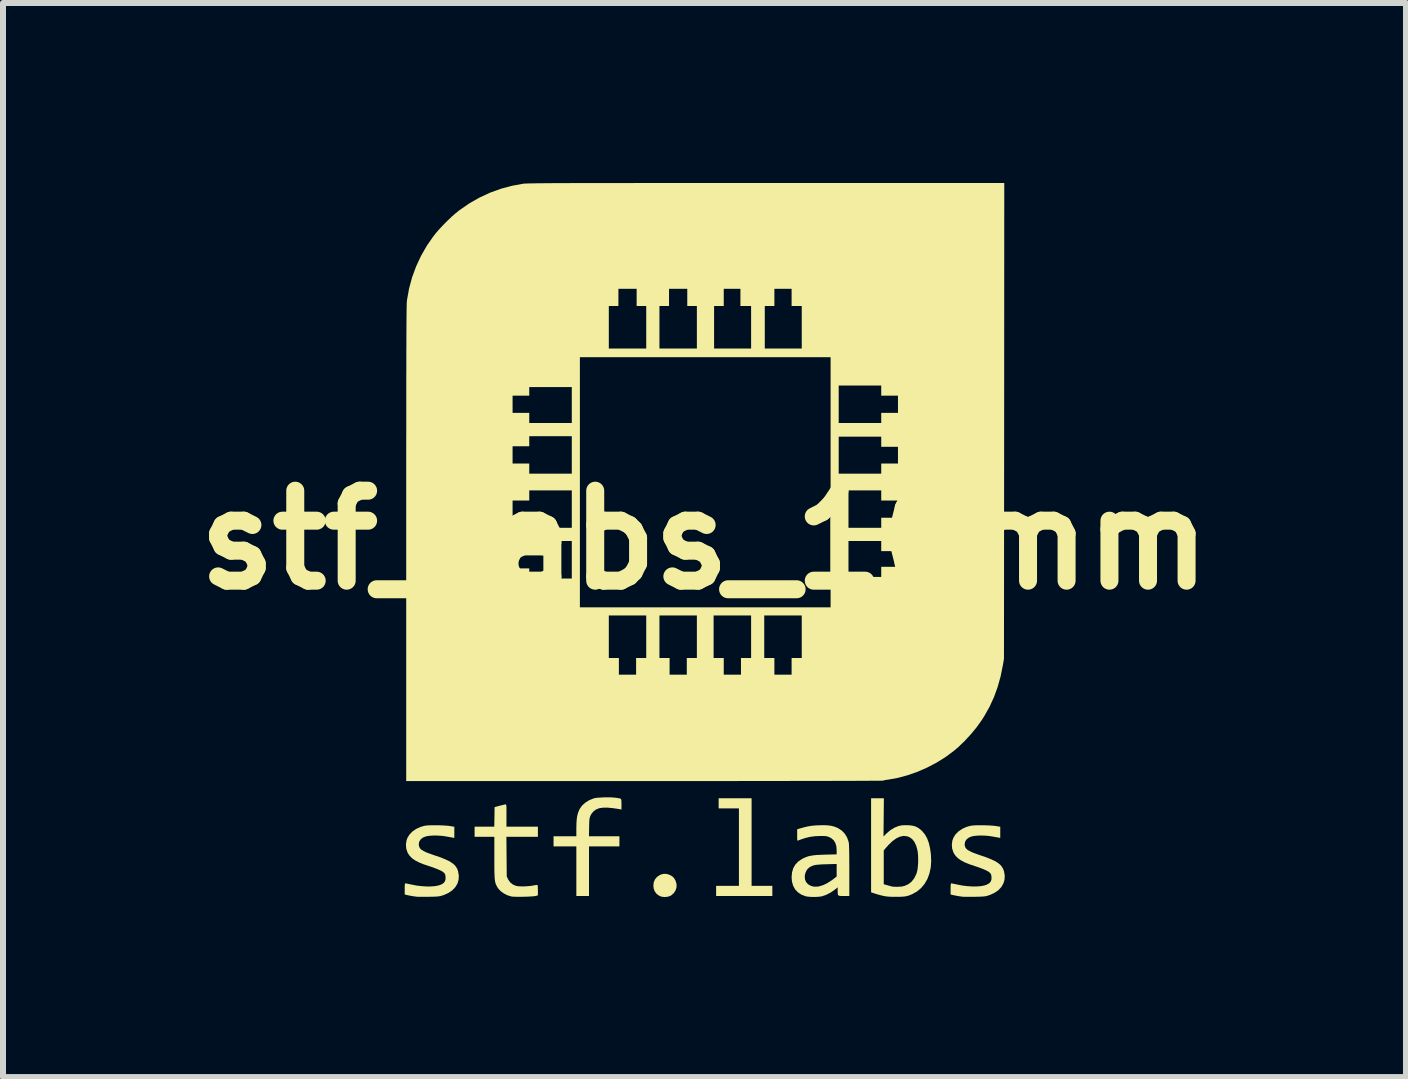
<source format=kicad_pcb>
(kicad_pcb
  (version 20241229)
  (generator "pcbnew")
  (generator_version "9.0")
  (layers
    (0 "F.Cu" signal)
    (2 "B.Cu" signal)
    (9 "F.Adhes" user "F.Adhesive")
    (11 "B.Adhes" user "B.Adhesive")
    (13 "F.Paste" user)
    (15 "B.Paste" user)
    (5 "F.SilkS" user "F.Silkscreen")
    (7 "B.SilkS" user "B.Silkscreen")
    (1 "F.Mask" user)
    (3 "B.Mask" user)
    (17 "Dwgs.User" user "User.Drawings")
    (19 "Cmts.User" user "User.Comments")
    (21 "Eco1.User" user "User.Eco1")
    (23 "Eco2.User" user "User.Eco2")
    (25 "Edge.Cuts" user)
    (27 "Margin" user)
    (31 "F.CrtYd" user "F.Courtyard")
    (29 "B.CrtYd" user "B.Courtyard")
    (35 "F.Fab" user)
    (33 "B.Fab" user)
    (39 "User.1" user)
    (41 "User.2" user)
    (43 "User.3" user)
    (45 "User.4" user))
  (footprint "stf_labs_10mm"
    (layer "F.Cu")
    (at 8.693 5.951)
    (property "Reference" "stf_labs_10mm" (at 0 0 0) (layer "F.SilkS") (effects (font (size 1.5 1.5) (thickness 0.3))))
    (attr board_only exclude_from_pos_files exclude_from_bom)
    (fp_poly (pts (xy 0.785 5.035) (xy 0.785 5.765) (xy 0.958 5.765) (xy 1.131 5.765) (xy 1.131 5.85) (xy 1.131 5.934) (xy 0.663 5.934) (xy 0.194 5.934) (xy 0.194 5.85) (xy 0.194 5.765) (xy 0.384 5.765) (xy 0.574 5.765) (xy 0.574 5.12) (xy 0.574 4.474) (xy 0.405 4.474) (xy 0.236 4.474) (xy 0.236 4.389) (xy 0.236 4.305) (xy 0.511 4.305) (xy 0.785 4.305)) (stroke (width 0) (type solid)) (fill yes) (layer "F.SilkS"))
    (fp_poly (pts (xy -0.631 5.566) (xy -0.578 5.583) (xy -0.538 5.606) (xy -0.508 5.635) (xy -0.485 5.674) (xy -0.482 5.681) (xy -0.466 5.734) (xy -0.466 5.788) (xy -0.481 5.838) (xy -0.509 5.883) (xy -0.55 5.92) (xy -0.573 5.934) (xy -0.615 5.947) (xy -0.665 5.952) (xy -0.714 5.946) (xy -0.749 5.933) (xy -0.795 5.902) (xy -0.828 5.86) (xy -0.847 5.809) (xy -0.852 5.759) (xy -0.845 5.703) (xy -0.824 5.655) (xy -0.788 5.613) (xy -0.786 5.612) (xy -0.738 5.581) (xy -0.685 5.565)) (stroke (width 0) (type solid)) (fill yes) (layer "F.SilkS"))
    (fp_poly (pts (xy -1.562 4.29) (xy -1.514 4.293) (xy -1.484 4.296) (xy -1.442 4.302) (xy -1.414 4.307) (xy -1.396 4.315) (xy -1.388 4.327) (xy -1.385 4.348) (xy -1.384 4.38) (xy -1.384 4.404) (xy -1.384 4.493) (xy -1.408 4.488) (xy -1.425 4.485) (xy -1.455 4.48) (xy -1.493 4.475) (xy -1.532 4.469) (xy -1.62 4.461) (xy -1.695 4.462) (xy -1.758 4.472) (xy -1.809 4.493) (xy -1.851 4.524) (xy -1.885 4.566) (xy -1.901 4.596) (xy -1.908 4.613) (xy -1.913 4.63) (xy -1.917 4.651) (xy -1.92 4.678) (xy -1.921 4.714) (xy -1.923 4.763) (xy -1.923 4.788) (xy -1.926 4.938) (xy -1.672 4.938) (xy -1.418 4.938) (xy -1.418 5.023) (xy -1.418 5.107) (xy -1.671 5.107) (xy -1.925 5.107) (xy -1.925 5.521) (xy -1.925 5.934) (xy -2.03 5.934) (xy -2.136 5.934) (xy -2.136 5.521) (xy -2.136 5.107) (xy -2.326 5.107) (xy -2.516 5.107) (xy -2.516 5.023) (xy -2.516 4.938) (xy -2.326 4.938) (xy -2.136 4.938) (xy -2.136 4.796) (xy -2.134 4.715) (xy -2.129 4.648) (xy -2.12 4.591) (xy -2.106 4.542) (xy -2.087 4.497) (xy -2.08 4.482) (xy -2.041 4.427) (xy -1.988 4.379) (xy -1.923 4.338) (xy -1.849 4.308) (xy -1.821 4.301) (xy -1.78 4.296) (xy -1.729 4.293) (xy -1.674 4.29) (xy -1.617 4.289)) (stroke (width 0) (type solid)) (fill yes) (layer "F.SilkS"))
    (fp_poly (pts (xy -3.311 4.408) (xy -3.307 4.412) (xy -3.304 4.423) (xy -3.302 4.441) (xy -3.301 4.468) (xy -3.301 4.508) (xy -3.301 4.561) (xy -3.301 4.592) (xy -3.301 4.778) (xy -3.039 4.778) (xy -2.777 4.778) (xy -2.777 4.862) (xy -2.777 4.947) (xy -3.039 4.947) (xy -3.302 4.947) (xy -3.299 5.278) (xy -3.296 5.609) (xy -3.272 5.659) (xy -3.24 5.706) (xy -3.195 5.742) (xy -3.14 5.766) (xy -3.136 5.766) (xy -3.104 5.772) (xy -3.059 5.774) (xy -3.007 5.774) (xy -2.952 5.771) (xy -2.899 5.766) (xy -2.87 5.762) (xy -2.836 5.756) (xy -2.808 5.751) (xy -2.791 5.749) (xy -2.788 5.749) (xy -2.783 5.754) (xy -2.779 5.77) (xy -2.778 5.799) (xy -2.777 5.837) (xy -2.777 5.924) (xy -2.817 5.934) (xy -2.842 5.938) (xy -2.88 5.941) (xy -2.928 5.944) (xy -2.981 5.946) (xy -3.037 5.947) (xy -3.092 5.948) (xy -3.142 5.947) (xy -3.183 5.946) (xy -3.213 5.943) (xy -3.219 5.942) (xy -3.285 5.922) (xy -3.346 5.891) (xy -3.399 5.852) (xy -3.441 5.806) (xy -3.46 5.775) (xy -3.47 5.754) (xy -3.479 5.735) (xy -3.486 5.713) (xy -3.491 5.69) (xy -3.495 5.661) (xy -3.498 5.626) (xy -3.5 5.583) (xy -3.502 5.53) (xy -3.503 5.465) (xy -3.503 5.387) (xy -3.503 5.295) (xy -3.503 4.947) (xy -3.668 4.947) (xy -3.832 4.947) (xy -3.832 4.862) (xy -3.832 4.778) (xy -3.668 4.778) (xy -3.504 4.778) (xy -3.501 4.615) (xy -3.499 4.453) (xy -3.415 4.43) (xy -3.378 4.421) (xy -3.346 4.413) (xy -3.323 4.408) (xy -3.315 4.407)) (stroke (width 0) (type solid)) (fill yes) (layer "F.SilkS"))
    (fp_poly (pts (xy 2.987 4.624) (xy 2.984 4.942) (xy 3.039 4.887) (xy 3.099 4.836) (xy 3.167 4.795) (xy 3.237 4.767) (xy 3.264 4.761) (xy 3.295 4.756) (xy 3.336 4.754) (xy 3.381 4.754) (xy 3.397 4.754) (xy 3.463 4.761) (xy 3.517 4.775) (xy 3.565 4.8) (xy 3.612 4.837) (xy 3.629 4.853) (xy 3.674 4.908) (xy 3.711 4.973) (xy 3.739 5.049) (xy 3.76 5.139) (xy 3.774 5.238) (xy 3.779 5.354) (xy 3.771 5.461) (xy 3.749 5.56) (xy 3.716 5.65) (xy 3.67 5.73) (xy 3.613 5.799) (xy 3.545 5.857) (xy 3.466 5.902) (xy 3.415 5.923) (xy 3.387 5.932) (xy 3.362 5.938) (xy 3.337 5.942) (xy 3.306 5.945) (xy 3.267 5.947) (xy 3.214 5.948) (xy 3.212 5.948) (xy 3.126 5.948) (xy 3.056 5.944) (xy 3.009 5.938) (xy 2.97 5.93) (xy 2.922 5.918) (xy 2.875 5.905) (xy 2.86 5.9) (xy 2.777 5.873) (xy 2.777 5.738) (xy 2.988 5.738) (xy 3.049 5.755) (xy 3.088 5.766) (xy 3.116 5.774) (xy 3.139 5.778) (xy 3.162 5.78) (xy 3.191 5.781) (xy 3.213 5.781) (xy 3.285 5.777) (xy 3.334 5.766) (xy 3.397 5.738) (xy 3.451 5.696) (xy 3.495 5.64) (xy 3.529 5.572) (xy 3.538 5.547) (xy 3.549 5.503) (xy 3.556 5.447) (xy 3.561 5.384) (xy 3.562 5.319) (xy 3.56 5.255) (xy 3.554 5.198) (xy 3.55 5.173) (xy 3.529 5.096) (xy 3.5 5.034) (xy 3.463 4.987) (xy 3.418 4.954) (xy 3.373 4.938) (xy 3.316 4.933) (xy 3.258 4.945) (xy 3.198 4.973) (xy 3.135 5.018) (xy 3.071 5.079) (xy 3.029 5.126) (xy 2.988 5.175) (xy 2.988 5.457) (xy 2.988 5.738) (xy 2.777 5.738) (xy 2.777 5.089) (xy 2.777 4.305) (xy 2.883 4.305) (xy 2.99 4.305)) (stroke (width 0) (type solid)) (fill yes) (layer "F.SilkS"))
    (fp_poly (pts (xy -4.404 4.756) (xy -4.342 4.759) (xy -4.286 4.763) (xy -4.239 4.768) (xy -4.231 4.77) (xy -4.17 4.78) (xy -4.17 4.873) (xy -4.17 4.966) (xy -4.197 4.961) (xy -4.218 4.957) (xy -4.25 4.952) (xy -4.287 4.945) (xy -4.305 4.942) (xy -4.364 4.933) (xy -4.427 4.928) (xy -4.492 4.926) (xy -4.552 4.928) (xy -4.604 4.933) (xy -4.644 4.941) (xy -4.645 4.941) (xy -4.696 4.962) (xy -4.732 4.992) (xy -4.755 5.028) (xy -4.763 5.07) (xy -4.76 5.097) (xy -4.752 5.121) (xy -4.739 5.143) (xy -4.717 5.163) (xy -4.687 5.182) (xy -4.646 5.203) (xy -4.592 5.224) (xy -4.524 5.248) (xy -4.49 5.26) (xy -4.398 5.291) (xy -4.322 5.322) (xy -4.26 5.351) (xy -4.21 5.382) (xy -4.171 5.413) (xy -4.142 5.447) (xy -4.12 5.485) (xy -4.107 5.524) (xy -4.095 5.596) (xy -4.099 5.665) (xy -4.118 5.728) (xy -4.153 5.786) (xy -4.201 5.837) (xy -4.263 5.88) (xy -4.338 5.915) (xy -4.386 5.931) (xy -4.409 5.937) (xy -4.439 5.941) (xy -4.476 5.944) (xy -4.525 5.946) (xy -4.587 5.947) (xy -4.605 5.947) (xy -4.658 5.948) (xy -4.707 5.948) (xy -4.749 5.948) (xy -4.78 5.947) (xy -4.798 5.946) (xy -4.799 5.946) (xy -4.848 5.939) (xy -4.896 5.931) (xy -4.937 5.923) (xy -4.966 5.917) (xy -4.997 5.908) (xy -4.997 5.816) (xy -4.997 5.772) (xy -4.995 5.744) (xy -4.992 5.728) (xy -4.987 5.723) (xy -4.975 5.725) (xy -4.95 5.73) (xy -4.916 5.737) (xy -4.882 5.744) (xy -4.801 5.76) (xy -4.718 5.77) (xy -4.638 5.775) (xy -4.561 5.775) (xy -4.493 5.77) (xy -4.435 5.759) (xy -4.393 5.745) (xy -4.353 5.722) (xy -4.329 5.694) (xy -4.317 5.659) (xy -4.316 5.62) (xy -4.32 5.586) (xy -4.329 5.563) (xy -4.339 5.55) (xy -4.366 5.528) (xy -4.408 5.505) (xy -4.465 5.481) (xy -4.533 5.455) (xy -4.592 5.436) (xy -4.684 5.405) (xy -4.76 5.374) (xy -4.823 5.341) (xy -4.873 5.306) (xy -4.912 5.267) (xy -4.942 5.224) (xy -4.952 5.204) (xy -4.972 5.142) (xy -4.977 5.076) (xy -4.967 5.01) (xy -4.952 4.966) (xy -4.916 4.908) (xy -4.867 4.858) (xy -4.806 4.816) (xy -4.734 4.783) (xy -4.666 4.764) (xy -4.632 4.759) (xy -4.585 4.756) (xy -4.529 4.755) (xy -4.467 4.755)) (stroke (width 0) (type solid)) (fill yes) (layer "F.SilkS"))
    (fp_poly (pts (xy 4.696 4.756) (xy 4.758 4.759) (xy 4.814 4.763) (xy 4.861 4.768) (xy 4.869 4.77) (xy 4.93 4.78) (xy 4.93 4.873) (xy 4.93 4.966) (xy 4.902 4.961) (xy 4.882 4.957) (xy 4.85 4.952) (xy 4.813 4.945) (xy 4.795 4.942) (xy 4.736 4.933) (xy 4.672 4.928) (xy 4.608 4.926) (xy 4.548 4.928) (xy 4.496 4.933) (xy 4.456 4.941) (xy 4.454 4.941) (xy 4.404 4.962) (xy 4.367 4.992) (xy 4.344 5.028) (xy 4.337 5.07) (xy 4.339 5.097) (xy 4.347 5.121) (xy 4.361 5.143) (xy 4.382 5.163) (xy 4.413 5.182) (xy 4.454 5.203) (xy 4.508 5.224) (xy 4.575 5.248) (xy 4.61 5.26) (xy 4.701 5.291) (xy 4.777 5.322) (xy 4.84 5.351) (xy 4.89 5.382) (xy 4.929 5.413) (xy 4.958 5.447) (xy 4.979 5.485) (xy 4.993 5.524) (xy 5.005 5.596) (xy 5.001 5.665) (xy 4.981 5.728) (xy 4.947 5.786) (xy 4.899 5.837) (xy 4.837 5.88) (xy 4.762 5.915) (xy 4.714 5.931) (xy 4.69 5.937) (xy 4.661 5.941) (xy 4.623 5.944) (xy 4.575 5.946) (xy 4.513 5.947) (xy 4.495 5.947) (xy 4.442 5.948) (xy 4.393 5.948) (xy 4.351 5.948) (xy 4.32 5.947) (xy 4.302 5.946) (xy 4.301 5.946) (xy 4.251 5.939) (xy 4.204 5.931) (xy 4.163 5.923) (xy 4.134 5.917) (xy 4.102 5.908) (xy 4.102 5.816) (xy 4.103 5.772) (xy 4.105 5.744) (xy 4.108 5.728) (xy 4.113 5.723) (xy 4.125 5.725) (xy 4.15 5.73) (xy 4.184 5.737) (xy 4.218 5.744) (xy 4.299 5.76) (xy 4.381 5.77) (xy 4.462 5.775) (xy 4.538 5.775) (xy 4.607 5.77) (xy 4.665 5.759) (xy 4.706 5.745) (xy 4.746 5.722) (xy 4.771 5.694) (xy 4.783 5.659) (xy 4.784 5.62) (xy 4.78 5.586) (xy 4.771 5.563) (xy 4.76 5.55) (xy 4.734 5.528) (xy 4.691 5.505) (xy 4.635 5.481) (xy 4.566 5.455) (xy 4.508 5.436) (xy 4.416 5.405) (xy 4.339 5.374) (xy 4.277 5.341) (xy 4.227 5.306) (xy 4.187 5.267) (xy 4.158 5.224) (xy 4.148 5.204) (xy 4.128 5.142) (xy 4.123 5.076) (xy 4.132 5.01) (xy 4.148 4.966) (xy 4.183 4.908) (xy 4.233 4.858) (xy 4.294 4.816) (xy 4.366 4.783) (xy 4.434 4.764) (xy 4.468 4.759) (xy 4.515 4.756) (xy 4.571 4.755) (xy 4.632 4.755)) (stroke (width 0) (type solid)) (fill yes) (layer "F.SilkS"))
    (fp_poly (pts (xy 2.06 4.757) (xy 2.116 4.765) (xy 2.165 4.778) (xy 2.212 4.796) (xy 2.226 4.803) (xy 2.287 4.843) (xy 2.338 4.895) (xy 2.376 4.957) (xy 2.401 5.027) (xy 2.406 5.053) (xy 2.408 5.071) (xy 2.409 5.105) (xy 2.411 5.151) (xy 2.412 5.209) (xy 2.413 5.276) (xy 2.413 5.351) (xy 2.414 5.431) (xy 2.414 5.515) (xy 2.414 5.519) (xy 2.414 5.934) (xy 2.322 5.934) (xy 2.279 5.934) (xy 2.251 5.932) (xy 2.233 5.925) (xy 2.224 5.912) (xy 2.221 5.889) (xy 2.22 5.854) (xy 2.22 5.843) (xy 2.22 5.79) (xy 2.169 5.831) (xy 2.099 5.879) (xy 2.023 5.917) (xy 1.961 5.938) (xy 1.923 5.945) (xy 1.875 5.949) (xy 1.822 5.95) (xy 1.769 5.949) (xy 1.723 5.945) (xy 1.688 5.939) (xy 1.616 5.912) (xy 1.557 5.873) (xy 1.511 5.824) (xy 1.478 5.764) (xy 1.458 5.695) (xy 1.452 5.621) (xy 1.453 5.611) (xy 1.671 5.611) (xy 1.676 5.661) (xy 1.693 5.701) (xy 1.722 5.734) (xy 1.727 5.738) (xy 1.774 5.766) (xy 1.828 5.779) (xy 1.89 5.777) (xy 1.928 5.769) (xy 1.99 5.748) (xy 2.056 5.714) (xy 2.122 5.672) (xy 2.146 5.654) (xy 2.203 5.609) (xy 2.203 5.505) (xy 2.203 5.4) (xy 2.032 5.405) (xy 1.962 5.407) (xy 1.907 5.411) (xy 1.862 5.415) (xy 1.827 5.422) (xy 1.798 5.431) (xy 1.772 5.443) (xy 1.747 5.458) (xy 1.746 5.459) (xy 1.713 5.49) (xy 1.689 5.532) (xy 1.674 5.58) (xy 1.671 5.611) (xy 1.453 5.611) (xy 1.459 5.542) (xy 1.479 5.472) (xy 1.514 5.411) (xy 1.563 5.359) (xy 1.627 5.316) (xy 1.656 5.301) (xy 1.692 5.286) (xy 1.728 5.273) (xy 1.767 5.264) (xy 1.812 5.257) (xy 1.865 5.251) (xy 1.929 5.248) (xy 2.007 5.245) (xy 2.015 5.245) (xy 2.203 5.24) (xy 2.203 5.174) (xy 2.198 5.106) (xy 2.181 5.05) (xy 2.153 5.005) (xy 2.113 4.971) (xy 2.086 4.956) (xy 2.066 4.947) (xy 2.048 4.941) (xy 2.028 4.937) (xy 2.002 4.935) (xy 1.967 4.934) (xy 1.92 4.934) (xy 1.838 4.938) (xy 1.762 4.948) (xy 1.686 4.966) (xy 1.605 4.992) (xy 1.56 5.01) (xy 1.553 5.011) (xy 1.549 5.007) (xy 1.546 4.995) (xy 1.545 4.973) (xy 1.545 4.937) (xy 1.545 4.919) (xy 1.545 4.822) (xy 1.606 4.804) (xy 1.672 4.786) (xy 1.73 4.773) (xy 1.786 4.764) (xy 1.847 4.758) (xy 1.918 4.755) (xy 1.995 4.754)) (stroke (width 0) (type solid)) (fill yes) (layer "F.SilkS"))
    (fp_poly (pts (xy 4.995 -1.986) (xy 4.992 1.979) (xy 4.974 2.085) (xy 4.936 2.274) (xy 4.886 2.451) (xy 4.825 2.62) (xy 4.751 2.781) (xy 4.663 2.937) (xy 4.622 3.001) (xy 4.539 3.118) (xy 4.443 3.235) (xy 4.339 3.348) (xy 4.232 3.451) (xy 4.149 3.521) (xy 4.012 3.622) (xy 3.865 3.713) (xy 3.71 3.794) (xy 3.55 3.864) (xy 3.387 3.921) (xy 3.225 3.965) (xy 3.066 3.994) (xy 3.054 3.995) (xy 3.021 4) (xy 2.995 4.005) (xy 2.981 4.01) (xy 2.98 4.011) (xy 2.971 4.012) (xy 2.947 4.012) (xy 2.906 4.013) (xy 2.85 4.013) (xy 2.78 4.013) (xy 2.695 4.014) (xy 2.596 4.014) (xy 2.484 4.015) (xy 2.359 4.015) (xy 2.222 4.015) (xy 2.074 4.016) (xy 1.914 4.016) (xy 1.744 4.016) (xy 1.563 4.016) (xy 1.373 4.017) (xy 1.174 4.017) (xy 0.967 4.017) (xy 0.751 4.017) (xy 0.528 4.018) (xy 0.298 4.018) (xy 0.061 4.018) (xy -0.182 4.018) (xy -0.43 4.018) (xy -0.683 4.018) (xy -0.94 4.018) (xy -0.996 4.018) (xy -4.972 4.018) (xy -4.972 1.258) (xy -1.595 1.258) (xy -1.595 1.612) (xy -1.595 1.967) (xy -1.511 1.967) (xy -1.427 1.967) (xy -1.427 2.106) (xy -1.427 2.245) (xy -1.283 2.245) (xy -1.14 2.245) (xy -1.14 2.106) (xy -1.14 1.967) (xy -1.055 1.967) (xy -0.971 1.967) (xy -0.971 1.612) (xy -0.971 1.258) (xy -0.751 1.258) (xy -0.751 1.612) (xy -0.751 1.967) (xy -0.667 1.967) (xy -0.582 1.967) (xy -0.582 2.106) (xy -0.582 2.245) (xy -0.439 2.245) (xy -0.295 2.245) (xy -0.295 2.106) (xy -0.295 1.967) (xy -0.211 1.967) (xy -0.127 1.967) (xy -0.127 1.612) (xy -0.127 1.258) (xy 0.152 1.258) (xy 0.152 1.612) (xy 0.152 1.967) (xy 0.236 1.967) (xy 0.321 1.967) (xy 0.321 2.106) (xy 0.321 2.245) (xy 0.464 2.245) (xy 0.608 2.245) (xy 0.608 2.106) (xy 0.608 1.967) (xy 0.692 1.967) (xy 0.777 1.967) (xy 0.777 1.612) (xy 0.777 1.258) (xy 0.996 1.258) (xy 0.996 1.612) (xy 0.996 1.967) (xy 1.08 1.967) (xy 1.165 1.967) (xy 1.165 2.106) (xy 1.165 2.245) (xy 1.308 2.245) (xy 1.452 2.245) (xy 1.452 2.106) (xy 1.452 1.967) (xy 1.536 1.967) (xy 1.621 1.967) (xy 1.621 1.612) (xy 1.621 1.258) (xy 1.308 1.258) (xy 0.996 1.258) (xy 0.777 1.258) (xy 0.464 1.258) (xy 0.152 1.258) (xy -0.127 1.258) (xy -0.439 1.258) (xy -0.751 1.258) (xy -0.971 1.258) (xy -1.283 1.258) (xy -1.595 1.258) (xy -4.972 1.258) (xy -4.972 0.473) (xy -3.199 0.473) (xy -3.06 0.473) (xy -2.921 0.473) (xy -2.921 0.557) (xy -2.921 0.642) (xy -2.566 0.642) (xy -2.212 0.642) (xy -2.212 0.329) (xy -2.212 0.017) (xy -2.566 0.017) (xy -2.921 0.017) (xy -2.921 0.101) (xy -2.921 0.186) (xy -3.06 0.186) (xy -3.199 0.186) (xy -3.199 0.329) (xy -3.199 0.473) (xy -4.972 0.473) (xy -4.972 0.053) (xy -4.972 -0.261) (xy -4.972 -0.371) (xy -3.199 -0.371) (xy -3.06 -0.371) (xy -2.921 -0.371) (xy -2.921 -0.287) (xy -2.921 -0.203) (xy -2.566 -0.203) (xy -2.212 -0.203) (xy -2.212 -0.515) (xy -2.212 -0.827) (xy -2.566 -0.827) (xy -2.921 -0.827) (xy -2.921 -0.743) (xy -2.921 -0.658) (xy -3.06 -0.658) (xy -3.199 -0.658) (xy -3.199 -0.515) (xy -3.199 -0.371) (xy -4.972 -0.371) (xy -4.972 -0.558) (xy -4.972 -0.839) (xy -4.972 -1.104) (xy -4.972 -1.275) (xy -3.199 -1.275) (xy -3.06 -1.275) (xy -2.921 -1.275) (xy -2.921 -1.19) (xy -2.921 -1.106) (xy -2.566 -1.106) (xy -2.212 -1.106) (xy -2.212 -1.418) (xy -2.212 -1.73) (xy -2.566 -1.73) (xy -2.921 -1.73) (xy -2.921 -1.646) (xy -2.921 -1.562) (xy -3.06 -1.562) (xy -3.199 -1.562) (xy -3.199 -1.418) (xy -3.199 -1.275) (xy -4.972 -1.275) (xy -4.972 -1.355) (xy -4.972 -1.591) (xy -4.971 -1.812) (xy -4.971 -2.02) (xy -4.971 -2.119) (xy -3.199 -2.119) (xy -3.06 -2.119) (xy -2.921 -2.119) (xy -2.921 -2.034) (xy -2.921 -1.95) (xy -2.566 -1.95) (xy -2.212 -1.95) (xy -2.212 -2.25) (xy -2.212 -2.549) (xy -2.566 -2.549) (xy -2.921 -2.549) (xy -2.921 -2.478) (xy -2.921 -2.406) (xy -3.06 -2.406) (xy -3.199 -2.406) (xy -3.199 -2.262) (xy -3.199 -2.119) (xy -4.971 -2.119) (xy -4.971 -2.214) (xy -4.971 -2.395) (xy -4.971 -2.564) (xy -4.971 -2.721) (xy -4.97 -2.866) (xy -4.97 -3) (xy -4.97 -3.047) (xy -2.077 -3.047) (xy -2.077 -0.962) (xy -2.077 1.123) (xy 0.013 1.123) (xy 2.102 1.123) (xy 2.102 0.017) (xy 2.237 0.017) (xy 2.237 0.317) (xy 2.237 0.616) (xy 2.591 0.616) (xy 2.946 0.616) (xy 2.946 0.532) (xy 2.946 0.447) (xy 3.085 0.447) (xy 3.225 0.447) (xy 3.225 0.317) (xy 3.225 0.186) (xy 3.085 0.186) (xy 2.946 0.186) (xy 2.946 0.101) (xy 2.946 0.017) (xy 2.591 0.017) (xy 2.237 0.017) (xy 2.102 0.017) (xy 2.102 -0.827) (xy 2.237 -0.827) (xy 2.237 -0.515) (xy 2.237 -0.203) (xy 2.591 -0.203) (xy 2.946 -0.203) (xy 2.946 -0.287) (xy 2.946 -0.371) (xy 3.085 -0.371) (xy 3.225 -0.371) (xy 3.225 -0.515) (xy 3.225 -0.658) (xy 3.085 -0.658) (xy 2.946 -0.658) (xy 2.946 -0.743) (xy 2.946 -0.827) (xy 2.591 -0.827) (xy 2.237 -0.827) (xy 2.102 -0.827) (xy 2.102 -0.962) (xy 2.102 -1.722) (xy 2.237 -1.722) (xy 2.237 -1.414) (xy 2.237 -1.106) (xy 2.591 -1.106) (xy 2.946 -1.106) (xy 2.946 -1.19) (xy 2.946 -1.275) (xy 3.085 -1.275) (xy 3.225 -1.275) (xy 3.225 -1.414) (xy 3.225 -1.553) (xy 3.085 -1.553) (xy 2.946 -1.553) (xy 2.946 -1.638) (xy 2.946 -1.722) (xy 2.591 -1.722) (xy 2.237 -1.722) (xy 2.102 -1.722) (xy 2.102 -2.575) (xy 2.237 -2.575) (xy 2.237 -2.262) (xy 2.237 -1.95) (xy 2.591 -1.95) (xy 2.946 -1.95) (xy 2.946 -2.034) (xy 2.946 -2.119) (xy 3.085 -2.119) (xy 3.225 -2.119) (xy 3.225 -2.262) (xy 3.225 -2.406) (xy 3.085 -2.406) (xy 2.946 -2.406) (xy 2.946 -2.49) (xy 2.946 -2.575) (xy 2.591 -2.575) (xy 2.237 -2.575) (xy 2.102 -2.575) (xy 2.102 -3.047) (xy 0.013 -3.047) (xy -2.077 -3.047) (xy -4.97 -3.047) (xy -4.97 -3.123) (xy -4.97 -3.191) (xy -1.595 -3.191) (xy -1.283 -3.191) (xy -0.971 -3.191) (xy -0.751 -3.191) (xy -0.439 -3.191) (xy -0.127 -3.191) (xy 0.16 -3.191) (xy 0.468 -3.191) (xy 0.777 -3.191) (xy 1.005 -3.191) (xy 1.313 -3.191) (xy 1.621 -3.191) (xy 1.621 -3.545) (xy 1.621 -3.9) (xy 1.536 -3.9) (xy 1.452 -3.9) (xy 1.452 -4.043) (xy 1.452 -4.187) (xy 1.308 -4.187) (xy 1.165 -4.187) (xy 1.165 -4.043) (xy 1.165 -3.9) (xy 1.085 -3.9) (xy 1.005 -3.9) (xy 1.005 -3.545) (xy 1.005 -3.191) (xy 0.777 -3.191) (xy 0.777 -3.545) (xy 0.777 -3.9) (xy 0.688 -3.9) (xy 0.599 -3.9) (xy 0.599 -4.043) (xy 0.599 -4.187) (xy 0.46 -4.187) (xy 0.321 -4.187) (xy 0.321 -4.043) (xy 0.321 -3.9) (xy 0.241 -3.9) (xy 0.16 -3.9) (xy 0.16 -3.545) (xy 0.16 -3.191) (xy -0.127 -3.191) (xy -0.127 -3.545) (xy -0.127 -3.9) (xy -0.207 -3.9) (xy -0.287 -3.9) (xy -0.287 -4.043) (xy -0.287 -4.187) (xy -0.439 -4.187) (xy -0.591 -4.187) (xy -0.591 -4.043) (xy -0.591 -3.9) (xy -0.671 -3.9) (xy -0.751 -3.9) (xy -0.751 -3.545) (xy -0.751 -3.191) (xy -0.971 -3.191) (xy -0.971 -3.545) (xy -0.971 -3.9) (xy -1.051 -3.9) (xy -1.131 -3.9) (xy -1.131 -4.043) (xy -1.131 -4.187) (xy -1.283 -4.187) (xy -1.435 -4.187) (xy -1.435 -4.043) (xy -1.435 -3.9) (xy -1.515 -3.9) (xy -1.595 -3.9) (xy -1.595 -3.545) (xy -1.595 -3.191) (xy -4.97 -3.191) (xy -4.969 -3.236) (xy -4.969 -3.339) (xy -4.969 -3.433) (xy -4.968 -3.517) (xy -4.968 -3.594) (xy -4.967 -3.662) (xy -4.967 -3.722) (xy -4.966 -3.775) (xy -4.966 -3.821) (xy -4.965 -3.861) (xy -4.964 -3.895) (xy -4.964 -3.924) (xy -4.963 -3.947) (xy -4.962 -3.966) (xy -4.961 -3.981) (xy -4.96 -3.992) (xy -4.959 -3.998) (xy -4.924 -4.193) (xy -4.873 -4.381) (xy -4.806 -4.562) (xy -4.724 -4.738) (xy -4.627 -4.907) (xy -4.518 -5.064) (xy -4.472 -5.122) (xy -4.415 -5.187) (xy -4.352 -5.254) (xy -4.284 -5.322) (xy -4.216 -5.387) (xy -4.151 -5.444) (xy -4.092 -5.492) (xy -4.085 -5.497) (xy -3.92 -5.611) (xy -3.75 -5.708) (xy -3.575 -5.789) (xy -3.393 -5.855) (xy -3.205 -5.905) (xy -3.019 -5.939) (xy -3.01 -5.94) (xy -2.999 -5.941) (xy -2.983 -5.941) (xy -2.963 -5.942) (xy -2.938 -5.943) (xy -2.908 -5.944) (xy -2.873 -5.944) (xy -2.832 -5.945) (xy -2.784 -5.946) (xy -2.729 -5.946) (xy -2.667 -5.947) (xy -2.597 -5.947) (xy -2.519 -5.948) (xy -2.432 -5.948) (xy -2.336 -5.948) (xy -2.231 -5.949) (xy -2.115 -5.949) (xy -1.99 -5.949) (xy -1.853 -5.95) (xy -1.705 -5.95) (xy -1.545 -5.95) (xy -1.374 -5.95) (xy -1.189 -5.95) (xy -0.992 -5.951) (xy -0.781 -5.951) (xy -0.556 -5.951) (xy -0.317 -5.951) (xy -0.063 -5.951) (xy 0.206 -5.951) (xy 0.491 -5.951) (xy 0.792 -5.951) (xy 1.032 -5.951) (xy 4.997 -5.951)) (stroke (width 0) (type solid)) (fill yes) (layer "F.SilkS")))
  (gr_rect
    (start -3 -3)
    (end 20.386 14.903)
    (stroke (width 0.1) (type default))
    (fill no)
    (layer "Edge.Cuts")))
</source>
